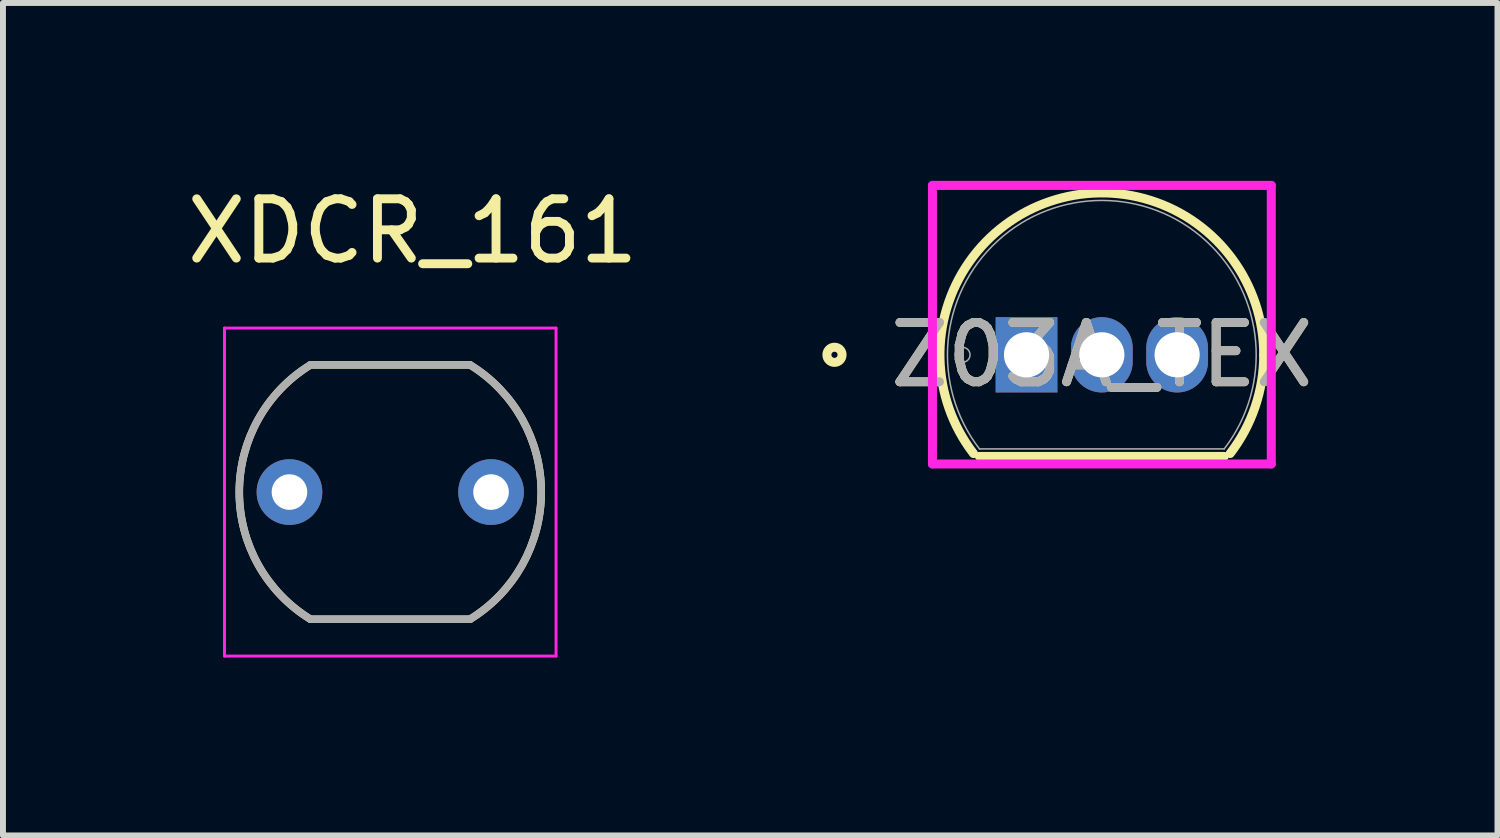
<source format=kicad_pcb>
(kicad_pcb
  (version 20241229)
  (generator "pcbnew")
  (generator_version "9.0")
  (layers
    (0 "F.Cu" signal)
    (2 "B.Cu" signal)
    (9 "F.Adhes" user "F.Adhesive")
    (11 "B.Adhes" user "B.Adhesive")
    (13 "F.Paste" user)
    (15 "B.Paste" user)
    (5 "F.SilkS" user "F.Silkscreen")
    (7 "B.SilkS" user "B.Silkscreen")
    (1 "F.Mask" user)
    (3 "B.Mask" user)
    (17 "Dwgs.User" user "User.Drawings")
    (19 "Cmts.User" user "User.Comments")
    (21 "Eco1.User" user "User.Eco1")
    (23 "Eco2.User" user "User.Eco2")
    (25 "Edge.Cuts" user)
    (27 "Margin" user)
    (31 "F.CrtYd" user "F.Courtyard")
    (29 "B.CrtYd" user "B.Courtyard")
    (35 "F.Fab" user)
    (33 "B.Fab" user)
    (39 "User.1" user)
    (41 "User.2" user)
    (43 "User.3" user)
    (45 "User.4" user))
  (footprint "Z03A_TEX"
    (layer "F.Cu")
    (at 14.263 2.934)
    (property "Reference" "Z03A_TEX" (at 1.27 0 0) (unlocked yes) (layer "F.SilkS") (effects (font (size 1 1) (thickness 0.15))))
    (attr through_hole)
    (fp_line (start -0.794 1.714) (end 3.334 1.714) (stroke (width 0.152) (type solid)) (layer "F.SilkS"))
    (fp_arc (start -0.894167 1.664936) (mid 0.39069 -2.585042) (end 4.0005 0) (stroke (width 0.1524) (type solid)) (layer "F.SilkS"))
    (fp_arc (start 4.0005 0.000001) (mid 3.855041 0.879313) (end 3.434164 1.66494) (stroke (width 0.1524) (type solid)) (layer "F.SilkS"))
    (fp_circle (center -3.239 0) (end -3.111 0) (stroke (width 0.152) (type solid)) (fill no) (layer "F.SilkS"))
    (fp_line (start -1.587 -2.857) (end 4.128 -2.857) (stroke (width 0.152) (type solid)) (layer "F.CrtYd"))
    (fp_line (start -1.587 1.841) (end -1.587 -2.857) (stroke (width 0.152) (type solid)) (layer "F.CrtYd"))
    (fp_line (start 4.128 -2.857) (end 4.128 1.841) (stroke (width 0.152) (type solid)) (layer "F.CrtYd"))
    (fp_line (start 4.128 1.841) (end -1.587 1.841) (stroke (width 0.152) (type solid)) (layer "F.CrtYd"))
    (fp_line (start -0.794 1.587) (end 3.334 1.587) (stroke (width 0.025) (type solid)) (layer "F.Fab"))
    (fp_line (start -0.254 0) (end 0.254 0) (stroke (width 0.152) (type solid)) (layer "F.Fab"))
    (fp_line (start 0 0.254) (end 0 -0.254) (stroke (width 0.152) (type solid)) (layer "F.Fab"))
    (fp_arc (start -0.793507 1.587499) (mid 1.270001 -2.6035) (end 3.333506 1.5875) (stroke (width 0.0254) (type solid)) (layer "F.Fab"))
    (fp_circle (center -1.079 0) (end -0.953 0) (stroke (width 0.025) (type solid)) (fill no) (layer "F.Fab"))
    (fp_text user "${REFERENCE}" (at 1.27 0 0) (unlocked yes) (layer "F.Fab") (effects (font (size 1 1) (thickness 0.15))))
    (pad "1" thru_hole rect (at 0 0) (size 1.041 1.27) (drill 0.762) (layers "*.Cu" "*.Mask"))
    (pad "2" thru_hole oval (at 1.27 0) (size 1.041 1.27) (drill 0.762) (layers "*.Cu" "*.Mask"))
    (pad "3" thru_hole oval (at 2.54 0) (size 1.041 1.27) (drill 0.762) (layers "*.Cu" "*.Mask")))
  (footprint "XDCR_161"
    (layer "F.Cu")
    (at 3.532 5.249)
    (property "Reference" "XDCR_161" (at 0.379 -4.401 0) (layer "F.SilkS") (effects (font (size 1 1) (thickness 0.15))))
    (attr through_hole)
    (fp_line (start -1.345 -2.145) (end 1.345 -2.145) (stroke (width 0.127) (type solid)) (layer "F.SilkS"))
    (fp_line (start 1.345 2.145) (end -1.345 2.145) (stroke (width 0.127) (type solid)) (layer "F.SilkS"))
    (fp_arc (start -1.345 2.145) (mid -2.546258 0) (end -1.345 -2.145) (stroke (width 0.127) (type solid)) (layer "F.SilkS"))
    (fp_arc (start 1.345 -2.145) (mid 2.546258 0) (end 1.345 2.145) (stroke (width 0.127) (type solid)) (layer "F.SilkS"))
    (fp_line (start -2.796 -2.766) (end -2.796 2.766) (stroke (width 0.05) (type solid)) (layer "F.CrtYd"))
    (fp_line (start -2.796 2.766) (end 2.796 2.766) (stroke (width 0.05) (type solid)) (layer "F.CrtYd"))
    (fp_line (start 2.796 -2.766) (end -2.796 -2.766) (stroke (width 0.05) (type solid)) (layer "F.CrtYd"))
    (fp_line (start 2.796 2.766) (end 2.796 -2.766) (stroke (width 0.05) (type solid)) (layer "F.CrtYd"))
    (fp_line (start -1.345 -2.145) (end 1.345 -2.145) (stroke (width 0.127) (type solid)) (layer "F.Fab"))
    (fp_line (start 1.345 2.145) (end -1.345 2.145) (stroke (width 0.127) (type solid)) (layer "F.Fab"))
    (fp_arc (start -1.345 2.145) (mid -2.546258 0) (end -1.345 -2.145) (stroke (width 0.127) (type solid)) (layer "F.Fab"))
    (fp_arc (start 1.345 -2.145) (mid 2.546258 0) (end 1.345 2.145) (stroke (width 0.127) (type solid)) (layer "F.Fab"))
    (pad "1" thru_hole circle (at -1.7 0) (size 1.108 1.108) (drill 0.6) (layers "*.Cu" "*.Mask"))
    (pad "2" thru_hole circle (at 1.7 0) (size 1.108 1.108) (drill 0.6) (layers "*.Cu" "*.Mask")))
  (gr_rect
    (start -3 -3)
    (end 22.206 11.04)
    (stroke (width 0.1) (type default))
    (fill no)
    (layer "Edge.Cuts")))
</source>
